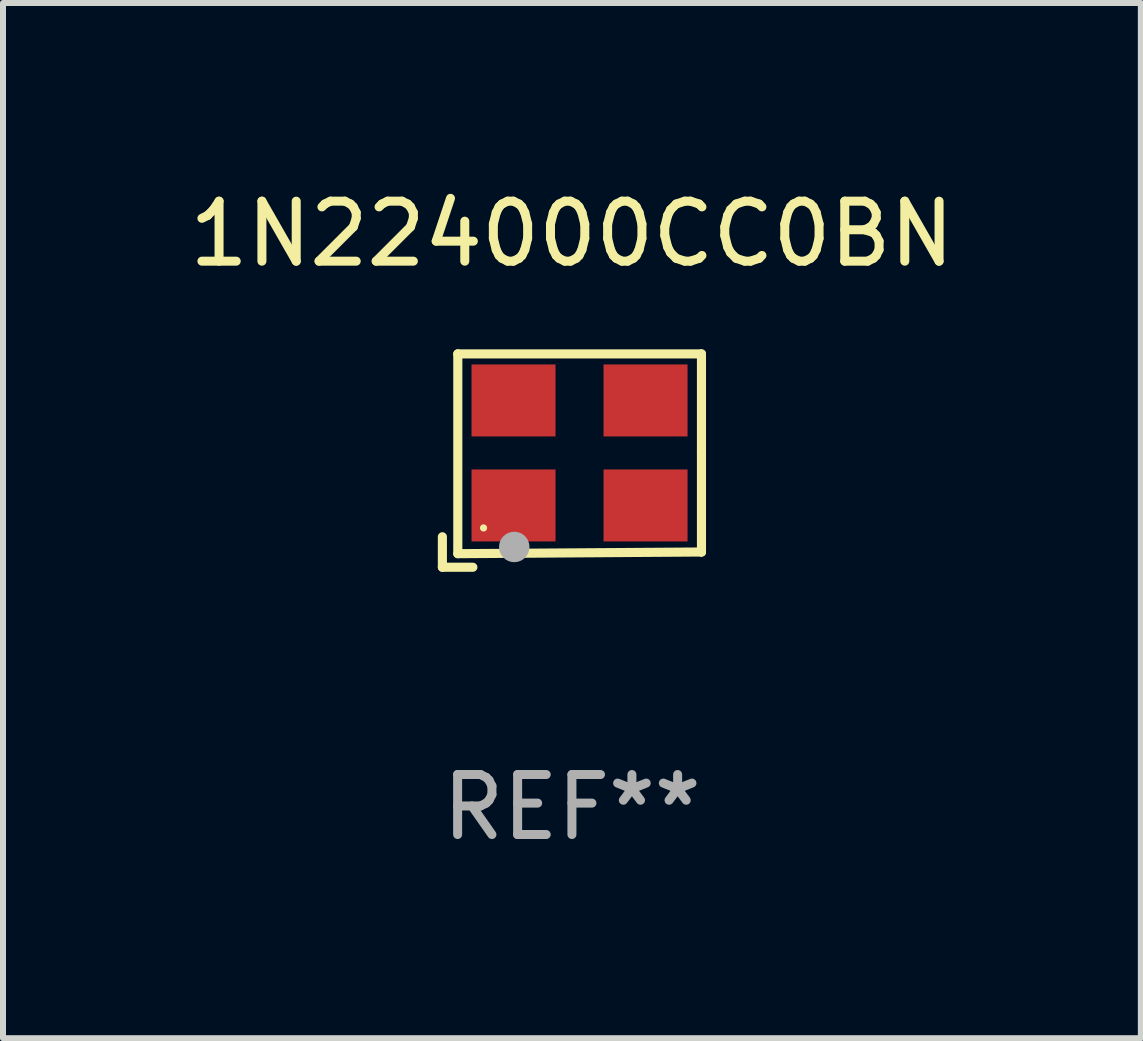
<source format=kicad_pcb>
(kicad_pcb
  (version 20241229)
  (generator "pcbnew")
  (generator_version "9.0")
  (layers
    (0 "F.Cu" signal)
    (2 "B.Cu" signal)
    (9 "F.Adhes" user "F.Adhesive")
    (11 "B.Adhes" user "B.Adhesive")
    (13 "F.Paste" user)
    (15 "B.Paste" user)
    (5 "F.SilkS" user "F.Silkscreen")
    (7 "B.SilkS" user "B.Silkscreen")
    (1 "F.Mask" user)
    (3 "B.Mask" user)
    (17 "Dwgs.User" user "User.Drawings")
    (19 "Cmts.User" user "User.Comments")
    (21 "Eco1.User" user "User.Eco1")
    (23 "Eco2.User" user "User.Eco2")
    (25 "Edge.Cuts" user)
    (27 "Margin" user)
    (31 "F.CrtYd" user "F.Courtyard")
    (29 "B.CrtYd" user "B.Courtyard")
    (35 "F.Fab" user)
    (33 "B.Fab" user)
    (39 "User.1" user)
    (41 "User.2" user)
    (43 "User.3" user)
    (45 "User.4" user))
  (footprint "1N224000CC0BN"
    (layer "F.Cu")
    (at 6.482 4.626)
    (property "Reference" "1N224000CC0BN" (at 0 -3.778 0) (layer "F.SilkS") (effects (font (size 1 1) (thickness 0.15))))
    (attr through_hole)
    (fp_line (start -2.159 1.27) (end -2.159 1.778) (stroke (width 0.152) (type solid)) (layer "F.SilkS"))
    (fp_line (start -2.159 1.778) (end -1.651 1.778) (stroke (width 0.152) (type solid)) (layer "F.SilkS"))
    (fp_line (start -1.902 -1.778) (end 2.159 -1.778) (stroke (width 0.152) (type solid)) (layer "F.SilkS"))
    (fp_line (start -1.902 1.552) (end -1.902 -1.778) (stroke (width 0.152) (type solid)) (layer "F.SilkS"))
    (fp_line (start 2.159 -1.778) (end 2.159 -0.127) (stroke (width 0.152) (type solid)) (layer "F.SilkS"))
    (fp_line (start 2.159 -0.127) (end 2.159 1.524) (stroke (width 0.152) (type solid)) (layer "F.SilkS"))
    (fp_line (start 2.159 1.524) (end -1.902 1.552) (stroke (width 0.152) (type solid)) (layer "F.SilkS"))
    (fp_line (start 2.159 1.524) (end 2.159 1.524) (stroke (width 0.152) (type solid)) (layer "F.SilkS"))
    (fp_circle (center -1.473 1.123) (end -1.443 1.123) (stroke (width 0.06) (type solid)) (fill no) (layer "F.SilkS"))
    (fp_circle (center -0.961 1.44) (end -0.834 1.44) (stroke (width 0.254) (type solid)) (fill no) (layer "F.Fab"))
    (fp_text user "REF**" (at 0 5.778 0) (layer "F.Fab") (effects (font (size 1 1) (thickness 0.15))))
    (pad "1" smd rect (at -0.973 0.748) (size 1.4 1.2) (layers "F.Cu" "F.Mask" "F.Paste"))
    (pad "2" smd rect (at 1.227 0.748) (size 1.4 1.2) (layers "F.Cu" "F.Mask" "F.Paste"))
    (pad "3" smd rect (at 1.227 -1.002) (size 1.4 1.2) (layers "F.Cu" "F.Mask" "F.Paste"))
    (pad "4" smd rect (at -0.973 -1.002) (size 1.4 1.2) (layers "F.Cu" "F.Mask" "F.Paste")))
  (gr_rect
    (start -3 -3)
    (end 15.964 14.253)
    (stroke (width 0.1) (type default))
    (fill no)
    (layer "Edge.Cuts")))
</source>
